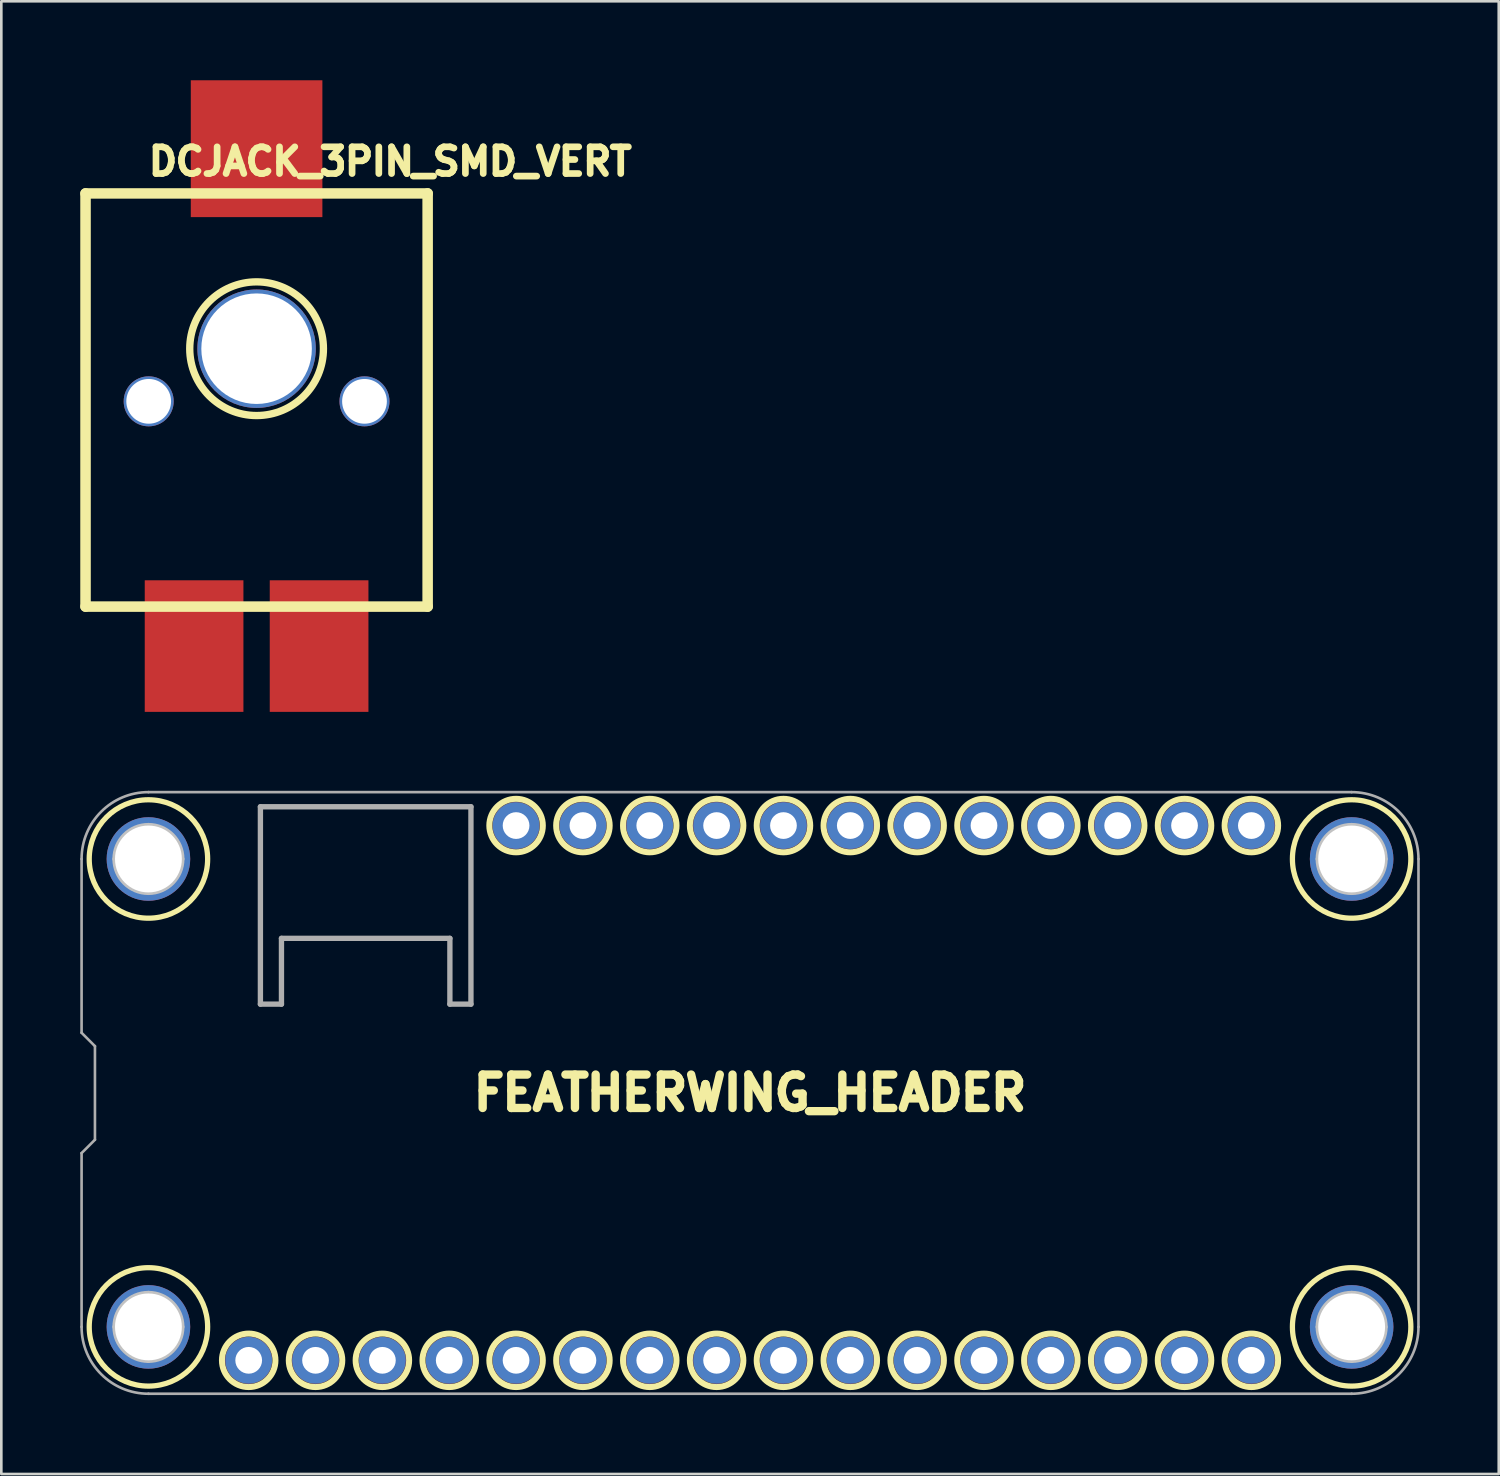
<source format=kicad_pcb>
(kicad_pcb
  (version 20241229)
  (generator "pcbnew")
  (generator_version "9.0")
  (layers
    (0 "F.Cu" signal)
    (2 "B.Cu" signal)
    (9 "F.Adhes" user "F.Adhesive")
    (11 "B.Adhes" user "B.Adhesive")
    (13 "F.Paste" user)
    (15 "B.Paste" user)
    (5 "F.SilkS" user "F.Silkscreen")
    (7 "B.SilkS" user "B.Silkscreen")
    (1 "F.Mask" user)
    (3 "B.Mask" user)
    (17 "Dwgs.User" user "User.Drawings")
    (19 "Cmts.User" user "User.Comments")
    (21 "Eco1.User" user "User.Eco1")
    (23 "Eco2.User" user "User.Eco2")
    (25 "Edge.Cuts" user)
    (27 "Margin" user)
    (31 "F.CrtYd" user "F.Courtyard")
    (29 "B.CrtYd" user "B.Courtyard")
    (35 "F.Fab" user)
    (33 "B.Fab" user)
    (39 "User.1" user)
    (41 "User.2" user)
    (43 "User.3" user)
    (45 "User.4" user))
  (footprint "DCJACK_3PIN_SMD_VERT"
    (layer "F.Cu")
    (at 6.7 10.2)
    (property "Reference" "DCJACK_3PIN_SMD_VERT" (at 5.08 -7.112 180) (layer "F.SilkS") (effects (font (size 1.016 1.016) (thickness 0.254))))
    (attr through_hole)
    (fp_line (start -6.5 -5.9) (end -6.5 9.8) (stroke (width 0.4) (type solid)) (layer "F.SilkS"))
    (fp_line (start -6.5 -5.9) (end 6.5 -5.9) (stroke (width 0.4) (type solid)) (layer "F.SilkS"))
    (fp_line (start -6.5 9.8) (end 6.5 9.8) (stroke (width 0.4) (type solid)) (layer "F.SilkS"))
    (fp_line (start 6.5 -5.9) (end 6.5 9.8) (stroke (width 0.4) (type solid)) (layer "F.SilkS"))
    (fp_circle (center 0 0) (end 2.54 0) (stroke (width 0.279) (type solid)) (fill no) (layer "F.SilkS"))
    (pad "" thru_hole circle (at -4.1 2) (size 1.9 1.9) (drill 1.7) (layers "*.Cu" "*.Mask"))
    (pad "" thru_hole circle (at 0 0) (size 4.5 4.5) (drill 4.2) (layers "*.Cu" "*.Mask"))
    (pad "" thru_hole circle (at 4.1 2) (size 1.9 1.9) (drill 1.7) (layers "*.Cu" "*.Mask"))
    (pad "1" smd rect (at 0 -7.6) (size 5 5.2) (layers "F.Cu" "F.Mask" "F.Paste"))
    (pad "2" smd rect (at -2.375 11.3) (size 3.75 5) (layers "F.Cu" "F.Mask" "F.Paste"))
    (pad "3" smd rect (at 2.375 11.3) (size 3.75 5) (layers "F.Cu" "F.Mask" "F.Paste")))
  (footprint "FEATHERWING_HEADER"
    (layer "F.Cu")
    (at 25.45 38.48)
    (property "Reference" "FEATHERWING_HEADER" (at 0 0 0) (layer "F.SilkS") (effects (font (size 1.27 1.27) (thickness 0.318))))
    (fp_circle (center -22.86 -8.89) (end -20.61 -8.89) (stroke (width 0.2) (type solid)) (fill no) (layer "F.SilkS"))
    (fp_circle (center -22.86 8.89) (end -20.61 8.89) (stroke (width 0.2) (type solid)) (fill no) (layer "F.SilkS"))
    (fp_circle (center -19.05 10.16) (end -18.034 10.16) (stroke (width 0.229) (type solid)) (fill no) (layer "F.SilkS"))
    (fp_circle (center -16.51 10.16) (end -15.494 10.16) (stroke (width 0.229) (type solid)) (fill no) (layer "F.SilkS"))
    (fp_circle (center -13.97 10.16) (end -12.954 10.16) (stroke (width 0.229) (type solid)) (fill no) (layer "F.SilkS"))
    (fp_circle (center -11.43 10.16) (end -10.414 10.16) (stroke (width 0.229) (type solid)) (fill no) (layer "F.SilkS"))
    (fp_circle (center -8.89 -10.16) (end -7.874 -10.16) (stroke (width 0.229) (type solid)) (fill no) (layer "F.SilkS"))
    (fp_circle (center -8.89 10.16) (end -7.874 10.16) (stroke (width 0.229) (type solid)) (fill no) (layer "F.SilkS"))
    (fp_circle (center -6.35 -10.16) (end -5.334 -10.16) (stroke (width 0.229) (type solid)) (fill no) (layer "F.SilkS"))
    (fp_circle (center -6.35 10.16) (end -5.334 10.16) (stroke (width 0.229) (type solid)) (fill no) (layer "F.SilkS"))
    (fp_circle (center -3.81 -10.16) (end -2.794 -10.16) (stroke (width 0.229) (type solid)) (fill no) (layer "F.SilkS"))
    (fp_circle (center -3.81 10.16) (end -2.794 10.16) (stroke (width 0.229) (type solid)) (fill no) (layer "F.SilkS"))
    (fp_circle (center -1.27 -10.16) (end -0.254 -10.16) (stroke (width 0.229) (type solid)) (fill no) (layer "F.SilkS"))
    (fp_circle (center -1.27 10.16) (end -0.254 10.16) (stroke (width 0.229) (type solid)) (fill no) (layer "F.SilkS"))
    (fp_circle (center 1.27 -10.16) (end 2.286 -10.16) (stroke (width 0.229) (type solid)) (fill no) (layer "F.SilkS"))
    (fp_circle (center 1.27 10.16) (end 2.286 10.16) (stroke (width 0.229) (type solid)) (fill no) (layer "F.SilkS"))
    (fp_circle (center 3.81 -10.16) (end 4.826 -10.16) (stroke (width 0.229) (type solid)) (fill no) (layer "F.SilkS"))
    (fp_circle (center 3.81 10.16) (end 4.826 10.16) (stroke (width 0.229) (type solid)) (fill no) (layer "F.SilkS"))
    (fp_circle (center 6.35 -10.16) (end 7.366 -10.16) (stroke (width 0.229) (type solid)) (fill no) (layer "F.SilkS"))
    (fp_circle (center 6.35 10.16) (end 7.366 10.16) (stroke (width 0.229) (type solid)) (fill no) (layer "F.SilkS"))
    (fp_circle (center 8.89 -10.16) (end 9.906 -10.16) (stroke (width 0.229) (type solid)) (fill no) (layer "F.SilkS"))
    (fp_circle (center 8.89 10.16) (end 9.906 10.16) (stroke (width 0.229) (type solid)) (fill no) (layer "F.SilkS"))
    (fp_circle (center 11.43 -10.16) (end 12.446 -10.16) (stroke (width 0.229) (type solid)) (fill no) (layer "F.SilkS"))
    (fp_circle (center 11.43 10.16) (end 12.446 10.16) (stroke (width 0.229) (type solid)) (fill no) (layer "F.SilkS"))
    (fp_circle (center 13.97 -10.16) (end 14.986 -10.16) (stroke (width 0.229) (type solid)) (fill no) (layer "F.SilkS"))
    (fp_circle (center 13.97 10.16) (end 14.986 10.16) (stroke (width 0.229) (type solid)) (fill no) (layer "F.SilkS"))
    (fp_circle (center 16.51 -10.16) (end 17.526 -10.16) (stroke (width 0.229) (type solid)) (fill no) (layer "F.SilkS"))
    (fp_circle (center 16.51 10.16) (end 17.526 10.16) (stroke (width 0.229) (type solid)) (fill no) (layer "F.SilkS"))
    (fp_circle (center 19.05 -10.16) (end 20.066 -10.16) (stroke (width 0.229) (type solid)) (fill no) (layer "F.SilkS"))
    (fp_circle (center 19.05 10.16) (end 20.066 10.16) (stroke (width 0.229) (type solid)) (fill no) (layer "F.SilkS"))
    (fp_circle (center 22.86 -8.89) (end 25.11 -8.89) (stroke (width 0.2) (type solid)) (fill no) (layer "F.SilkS"))
    (fp_circle (center 22.86 8.89) (end 25.11 8.89) (stroke (width 0.2) (type solid)) (fill no) (layer "F.SilkS"))
    (fp_line (start -24.13 -8.89) (end -21.59 -8.89) (stroke (width 0.2) (type solid)) (layer "Dwgs.User"))
    (fp_line (start -24.13 8.89) (end -21.59 8.89) (stroke (width 0.2) (type solid)) (layer "Dwgs.User"))
    (fp_line (start -22.86 -10.16) (end -22.86 -7.62) (stroke (width 0.2) (type solid)) (layer "Dwgs.User"))
    (fp_line (start -22.86 7.62) (end -22.86 10.16) (stroke (width 0.2) (type solid)) (layer "Dwgs.User"))
    (fp_line (start 21.59 -8.89) (end 24.13 -8.89) (stroke (width 0.2) (type solid)) (layer "Dwgs.User"))
    (fp_line (start 21.59 8.89) (end 24.13 8.89) (stroke (width 0.2) (type solid)) (layer "Dwgs.User"))
    (fp_line (start 22.86 -10.16) (end 22.86 -7.62) (stroke (width 0.2) (type solid)) (layer "Dwgs.User"))
    (fp_line (start 22.86 7.62) (end 22.86 10.16) (stroke (width 0.2) (type solid)) (layer "Dwgs.User"))
    (fp_circle (center -22.86 -8.89) (end -21.59 -8.89) (stroke (width 0.2) (type solid)) (fill no) (layer "Dwgs.User"))
    (fp_circle (center -22.86 8.89) (end -21.59 8.89) (stroke (width 0.2) (type solid)) (fill no) (layer "Dwgs.User"))
    (fp_circle (center 22.86 -8.89) (end 24.13 -8.89) (stroke (width 0.2) (type solid)) (fill no) (layer "Dwgs.User"))
    (fp_circle (center 22.86 8.89) (end 24.13 8.89) (stroke (width 0.2) (type solid)) (fill no) (layer "Dwgs.User"))
    (fp_line (start -25.4 -8.89) (end -25.4 -2.286) (stroke (width 0.1) (type solid)) (layer "F.Fab"))
    (fp_line (start -25.4 -2.286) (end -24.892 -1.778) (stroke (width 0.1) (type solid)) (layer "F.Fab"))
    (fp_line (start -25.4 2.286) (end -25.4 8.89) (stroke (width 0.1) (type solid)) (layer "F.Fab"))
    (fp_line (start -24.892 -1.778) (end -24.892 1.778) (stroke (width 0.1) (type solid)) (layer "F.Fab"))
    (fp_line (start -24.892 1.778) (end -25.4 2.286) (stroke (width 0.1) (type solid)) (layer "F.Fab"))
    (fp_line (start -22.86 11.43) (end 22.86 11.43) (stroke (width 0.1) (type solid)) (layer "F.Fab"))
    (fp_line (start -18.605 -10.874) (end -10.605 -10.874) (stroke (width 0.203) (type solid)) (layer "F.Fab"))
    (fp_line (start -18.605 -3.374) (end -18.605 -10.874) (stroke (width 0.203) (type solid)) (layer "F.Fab"))
    (fp_line (start -17.805 -5.874) (end -17.805 -3.374) (stroke (width 0.203) (type solid)) (layer "F.Fab"))
    (fp_line (start -17.805 -3.374) (end -18.605 -3.374) (stroke (width 0.203) (type solid)) (layer "F.Fab"))
    (fp_line (start -11.405 -5.874) (end -17.805 -5.874) (stroke (width 0.203) (type solid)) (layer "F.Fab"))
    (fp_line (start -11.405 -3.374) (end -11.405 -5.874) (stroke (width 0.203) (type solid)) (layer "F.Fab"))
    (fp_line (start -10.605 -10.874) (end -10.605 -3.374) (stroke (width 0.203) (type solid)) (layer "F.Fab"))
    (fp_line (start -10.605 -3.374) (end -11.405 -3.374) (stroke (width 0.203) (type solid)) (layer "F.Fab"))
    (fp_line (start 22.86 -11.43) (end -22.86 -11.43) (stroke (width 0.1) (type solid)) (layer "F.Fab"))
    (fp_line (start 25.4 8.89) (end 25.4 -8.89) (stroke (width 0.1) (type solid)) (layer "F.Fab"))
    (fp_arc (start -25.4 -8.89) (mid -24.656051 -10.686051) (end -22.86 -11.43) (stroke (width 0.1) (type solid)) (layer "F.Fab"))
    (fp_arc (start -22.86 11.43) (mid -24.656051 10.686051) (end -25.4 8.89) (stroke (width 0.1) (type solid)) (layer "F.Fab"))
    (fp_arc (start 22.86 -11.43) (mid 24.656051 -10.686051) (end 25.4 -8.89) (stroke (width 0.1) (type solid)) (layer "F.Fab"))
    (fp_arc (start 25.4 8.89) (mid 24.656051 10.686051) (end 22.86 11.43) (stroke (width 0.1) (type solid)) (layer "F.Fab"))
    (pad "" thru_hole circle (at -22.86 -8.89) (size 3.175 3.175) (drill 2.54) (layers "*.Cu" "*.Mask"))
    (pad "" thru_hole circle (at -22.86 8.89) (size 3.175 3.175) (drill 2.54) (layers "*.Cu" "*.Mask"))
    (pad "" thru_hole circle (at 22.86 -8.89) (size 3.175 3.175) (drill 2.54) (layers "*.Cu" "*.Mask"))
    (pad "" thru_hole circle (at 22.86 8.89) (size 3.175 3.175) (drill 2.54) (layers "*.Cu" "*.Mask"))
    (pad "1" thru_hole circle (at -19.05 10.16) (size 1.778 1.778) (drill 1.016) (layers "*.Cu" "*.Mask"))
    (pad "2" thru_hole circle (at -16.51 10.16) (size 1.778 1.778) (drill 1.016) (layers "*.Cu" "*.Mask"))
    (pad "3" thru_hole circle (at -13.97 10.16) (size 1.778 1.778) (drill 1.016) (layers "*.Cu" "*.Mask"))
    (pad "4" thru_hole circle (at -11.43 10.16) (size 1.778 1.778) (drill 1.016) (layers "*.Cu" "*.Mask"))
    (pad "5" thru_hole circle (at -8.89 10.16) (size 1.778 1.778) (drill 1.016) (layers "*.Cu" "*.Mask"))
    (pad "6" thru_hole circle (at -6.35 10.16) (size 1.778 1.778) (drill 1.016) (layers "*.Cu" "*.Mask"))
    (pad "7" thru_hole circle (at -3.81 10.16) (size 1.778 1.778) (drill 1.016) (layers "*.Cu" "*.Mask"))
    (pad "8" thru_hole circle (at -1.27 10.16) (size 1.778 1.778) (drill 1.016) (layers "*.Cu" "*.Mask"))
    (pad "9" thru_hole circle (at 1.27 10.16) (size 1.778 1.778) (drill 1.016) (layers "*.Cu" "*.Mask"))
    (pad "10" thru_hole circle (at 3.81 10.16) (size 1.778 1.778) (drill 1.016) (layers "*.Cu" "*.Mask"))
    (pad "11" thru_hole circle (at 6.35 10.16) (size 1.778 1.778) (drill 1.016) (layers "*.Cu" "*.Mask"))
    (pad "12" thru_hole circle (at 8.89 10.16) (size 1.778 1.778) (drill 1.016) (layers "*.Cu" "*.Mask"))
    (pad "13" thru_hole circle (at 11.43 10.16) (size 1.778 1.778) (drill 1.016) (layers "*.Cu" "*.Mask"))
    (pad "14" thru_hole circle (at 13.97 10.16) (size 1.778 1.778) (drill 1.016) (layers "*.Cu" "*.Mask"))
    (pad "15" thru_hole circle (at 16.51 10.16) (size 1.778 1.778) (drill 1.016) (layers "*.Cu" "*.Mask"))
    (pad "16" thru_hole circle (at 19.05 10.16) (size 1.778 1.778) (drill 1.016) (layers "*.Cu" "*.Mask"))
    (pad "17" thru_hole circle (at 19.05 -10.16) (size 1.778 1.778) (drill 1.016) (layers "*.Cu" "*.Mask"))
    (pad "18" thru_hole circle (at 16.51 -10.16) (size 1.778 1.778) (drill 1.016) (layers "*.Cu" "*.Mask"))
    (pad "19" thru_hole circle (at 13.97 -10.16) (size 1.778 1.778) (drill 1.016) (layers "*.Cu" "*.Mask"))
    (pad "20" thru_hole circle (at 11.43 -10.16) (size 1.778 1.778) (drill 1.016) (layers "*.Cu" "*.Mask"))
    (pad "21" thru_hole circle (at 8.89 -10.16) (size 1.778 1.778) (drill 1.016) (layers "*.Cu" "*.Mask"))
    (pad "22" thru_hole circle (at 6.35 -10.16) (size 1.778 1.778) (drill 1.016) (layers "*.Cu" "*.Mask"))
    (pad "23" thru_hole circle (at 3.81 -10.16) (size 1.778 1.778) (drill 1.016) (layers "*.Cu" "*.Mask"))
    (pad "24" thru_hole circle (at 1.27 -10.16) (size 1.778 1.778) (drill 1.016) (layers "*.Cu" "*.Mask"))
    (pad "25" thru_hole circle (at -1.27 -10.16) (size 1.778 1.778) (drill 1.016) (layers "*.Cu" "*.Mask"))
    (pad "26" thru_hole circle (at -3.81 -10.16) (size 1.778 1.778) (drill 1.016) (layers "*.Cu" "*.Mask"))
    (pad "27" thru_hole circle (at -6.35 -10.16) (size 1.778 1.778) (drill 1.016) (layers "*.Cu" "*.Mask"))
    (pad "28" thru_hole circle (at -8.89 -10.16) (size 1.778 1.778) (drill 1.016) (layers "*.Cu" "*.Mask")))
  (gr_rect
    (start -3 -3)
    (end 53.9 52.96)
    (stroke (width 0.1) (type default))
    (fill no)
    (layer "Edge.Cuts")))
</source>
